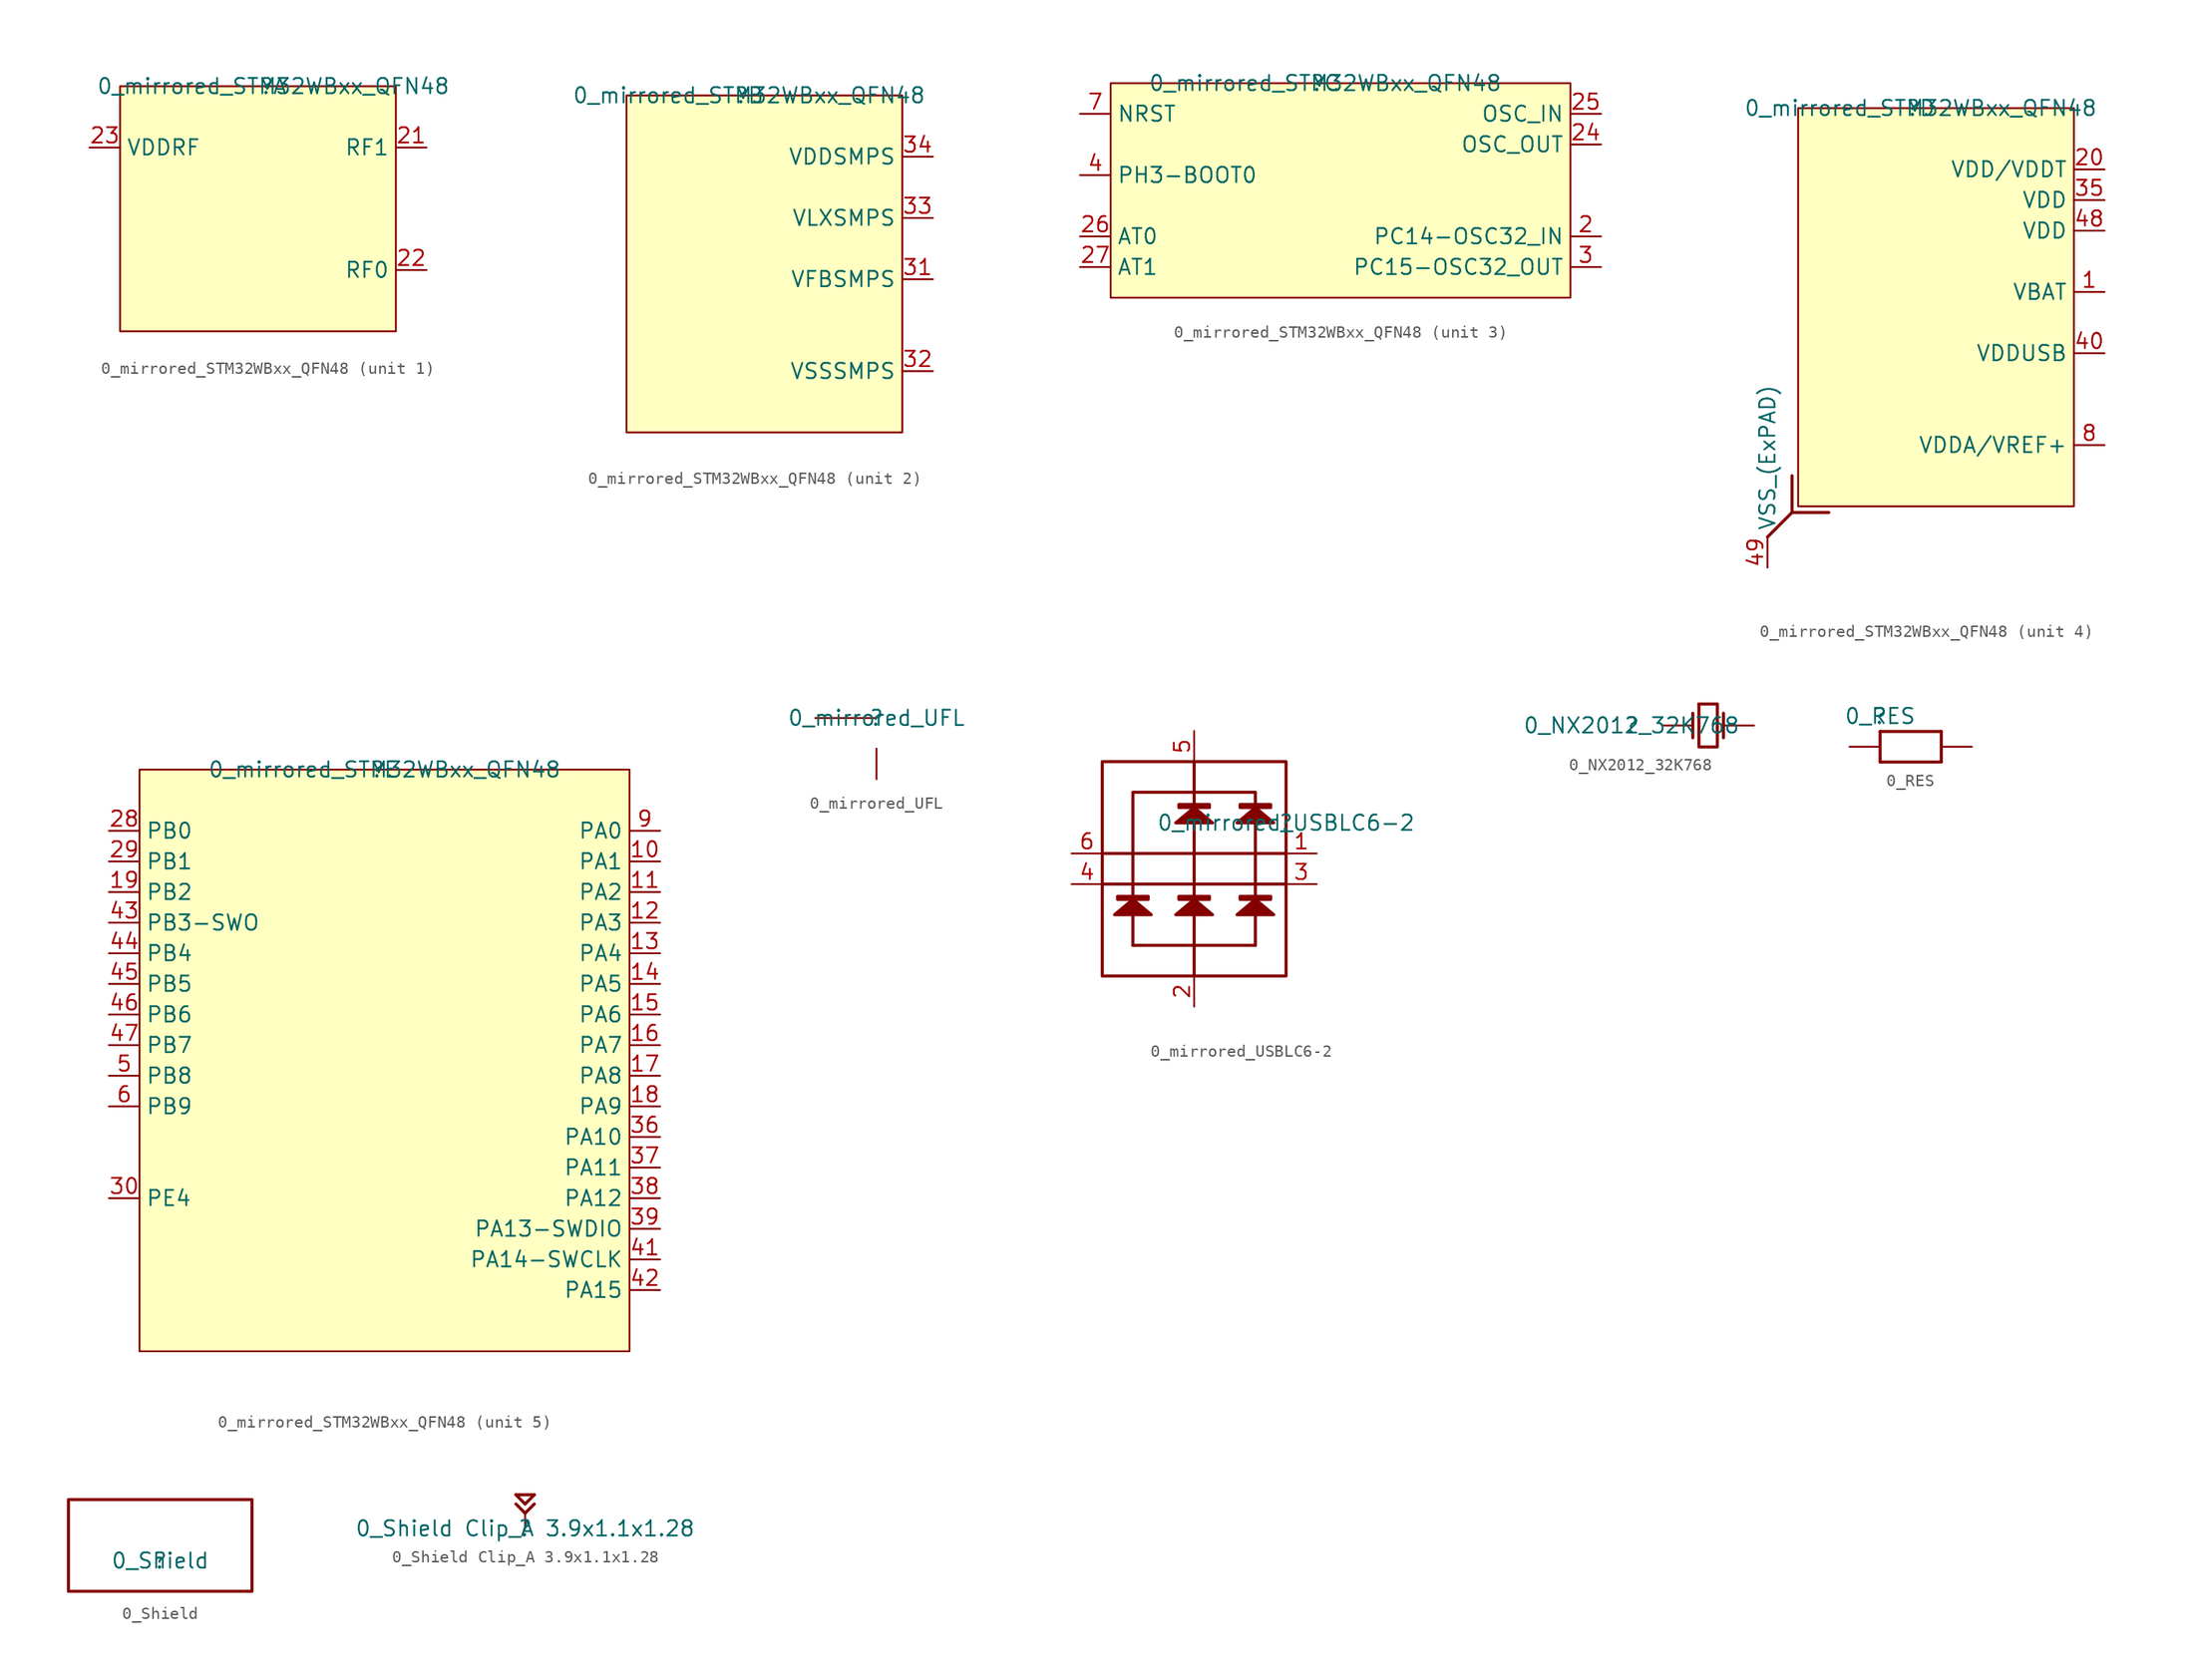
<source format=kicad_sym>
(kicad_symbol_lib
  (version 20211014)
  (generator kicad_symbol_editor)
  (symbol "0_mirrored_STM32WBxx_QFN48"
    (property "Reference" ""
      (at 0 0 0)
      (effects (font (size 1.27 1.27))))
    (property "Value" "0_mirrored_STM32WBxx_QFN48"
      (at 0 0 0)
      (effects (font (size 1.27 1.27))))
    (symbol "0_mirrored_STM32WBxx_QFN48_1_0"
      (rectangle (start 10.16 0) (end -12.7 -20.32) (stroke (width 0) (type default) (color 0 0 0 0)) (fill (type background)))
      (pin passive line (at 12.7 -5.08 180) (length 2.54) (name "RF1" (effects (font (size 1.27 1.27)))) (number "21" (effects (font (size 1.27 1.27)))))
      (pin passive line (at 12.7 -15.24 180) (length 2.54) (name "RF0" (effects (font (size 1.27 1.27)))) (number "22" (effects (font (size 1.27 1.27)))))
      (pin passive line (at -15.24 -5.08 0) (length 2.54) (name "VDDRF" (effects (font (size 1.27 1.27)))) (number "23" (effects (font (size 1.27 1.27))))))
    (symbol "0_mirrored_STM32WBxx_QFN48_2_0"
      (rectangle (start 12.7 0) (end -10.16 -27.94) (stroke (width 0) (type default) (color 0 0 0 0)) (fill (type background)))
      (pin passive line (at 15.24 -15.24 180) (length 2.54) (name "VFBSMPS" (effects (font (size 1.27 1.27)))) (number "31" (effects (font (size 1.27 1.27)))))
      (pin passive line (at 15.24 -22.86 180) (length 2.54) (name "VSSSMPS" (effects (font (size 1.27 1.27)))) (number "32" (effects (font (size 1.27 1.27)))))
      (pin passive line (at 15.24 -10.16 180) (length 2.54) (name "VLXSMPS" (effects (font (size 1.27 1.27)))) (number "33" (effects (font (size 1.27 1.27)))))
      (pin passive line (at 15.24 -5.08 180) (length 2.54) (name "VDDSMPS" (effects (font (size 1.27 1.27)))) (number "34" (effects (font (size 1.27 1.27))))))
    (symbol "0_mirrored_STM32WBxx_QFN48_3_0"
      (rectangle (start 20.32 0) (end -17.78 -17.78) (stroke (width 0) (type default) (color 0 0 0 0)) (fill (type background)))
      (pin passive line (at 22.86 -12.7 180) (length 2.54) (name "PC14-OSC32_IN" (effects (font (size 1.27 1.27)))) (number "2" (effects (font (size 1.27 1.27)))))
      (pin passive line (at 22.86 -5.08 180) (length 2.54) (name "OSC_OUT" (effects (font (size 1.27 1.27)))) (number "24" (effects (font (size 1.27 1.27)))))
      (pin passive line (at 22.86 -2.54 180) (length 2.54) (name "OSC_IN" (effects (font (size 1.27 1.27)))) (number "25" (effects (font (size 1.27 1.27)))))
      (pin passive line (at -20.32 -12.7 0) (length 2.54) (name "AT0" (effects (font (size 1.27 1.27)))) (number "26" (effects (font (size 1.27 1.27)))))
      (pin passive line (at -20.32 -15.24 0) (length 2.54) (name "AT1" (effects (font (size 1.27 1.27)))) (number "27" (effects (font (size 1.27 1.27)))))
      (pin passive line (at 22.86 -15.24 180) (length 2.54) (name "PC15-OSC32_OUT" (effects (font (size 1.27 1.27)))) (number "3" (effects (font (size 1.27 1.27)))))
      (pin passive line (at -20.32 -7.62 0) (length 2.54) (name "PH3-BOOT0" (effects (font (size 1.27 1.27)))) (number "4" (effects (font (size 1.27 1.27)))))
      (pin passive line (at -20.32 -2.54 0) (length 2.54) (name "NRST" (effects (font (size 1.27 1.27)))) (number "7" (effects (font (size 1.27 1.27))))))
    (symbol "0_mirrored_STM32WBxx_QFN48_4_0"
      (polyline (pts (xy -10.668 -33.528) (xy -12.7 -35.56)) (stroke (width 0.254) (type default) (color 0 0 0 0)) (fill (type none)))
      (polyline (pts (xy -10.668 -30.48) (xy -10.668 -33.528) (xy -7.62 -33.528)) (stroke (width 0.254) (type default) (color 0 0 0 0)) (fill (type none)))
      (rectangle (start 12.7 0) (end -10.16 -33.02) (stroke (width 0) (type default) (color 0 0 0 0)) (fill (type background)))
      (pin passive line (at 15.24 -15.24 180) (length 2.54) (name "VBAT" (effects (font (size 1.27 1.27)))) (number "1" (effects (font (size 1.27 1.27)))))
      (pin passive line (at 15.24 -5.08 180) (length 2.54) (name "VDD/VDDT" (effects (font (size 1.27 1.27)))) (number "20" (effects (font (size 1.27 1.27)))))
      (pin passive line (at 15.24 -7.62 180) (length 2.54) (name "VDD" (effects (font (size 1.27 1.27)))) (number "35" (effects (font (size 1.27 1.27)))))
      (pin passive line (at 15.24 -20.32 180) (length 2.54) (name "VDDUSB" (effects (font (size 1.27 1.27)))) (number "40" (effects (font (size 1.27 1.27)))))
      (pin passive line (at 15.24 -10.16 180) (length 2.54) (name "VDD" (effects (font (size 1.27 1.27)))) (number "48" (effects (font (size 1.27 1.27)))))
      (pin passive line (at -12.7 -38.1 90) (length 2.54) (name "VSS_(ExPAD)" (effects (font (size 1.27 1.27)))) (number "49" (effects (font (size 1.27 1.27)))))
      (pin passive line (at 15.24 -27.94 180) (length 2.54) (name "VDDA/VREF+" (effects (font (size 1.27 1.27)))) (number "8" (effects (font (size 1.27 1.27))))))
    (symbol "0_mirrored_STM32WBxx_QFN48_5_0"
      (rectangle (start 20.32 0) (end -20.32 -48.26) (stroke (width 0) (type default) (color 0 0 0 0)) (fill (type background)))
      (pin passive line (at 22.86 -7.62 180) (length 2.54) (name "PA1" (effects (font (size 1.27 1.27)))) (number "10" (effects (font (size 1.27 1.27)))))
      (pin passive line (at 22.86 -10.16 180) (length 2.54) (name "PA2" (effects (font (size 1.27 1.27)))) (number "11" (effects (font (size 1.27 1.27)))))
      (pin passive line (at 22.86 -12.7 180) (length 2.54) (name "PA3" (effects (font (size 1.27 1.27)))) (number "12" (effects (font (size 1.27 1.27)))))
      (pin passive line (at 22.86 -15.24 180) (length 2.54) (name "PA4" (effects (font (size 1.27 1.27)))) (number "13" (effects (font (size 1.27 1.27)))))
      (pin passive line (at 22.86 -17.78 180) (length 2.54) (name "PA5" (effects (font (size 1.27 1.27)))) (number "14" (effects (font (size 1.27 1.27)))))
      (pin passive line (at 22.86 -20.32 180) (length 2.54) (name "PA6" (effects (font (size 1.27 1.27)))) (number "15" (effects (font (size 1.27 1.27)))))
      (pin passive line (at 22.86 -22.86 180) (length 2.54) (name "PA7" (effects (font (size 1.27 1.27)))) (number "16" (effects (font (size 1.27 1.27)))))
      (pin passive line (at 22.86 -25.4 180) (length 2.54) (name "PA8" (effects (font (size 1.27 1.27)))) (number "17" (effects (font (size 1.27 1.27)))))
      (pin passive line (at 22.86 -27.94 180) (length 2.54) (name "PA9" (effects (font (size 1.27 1.27)))) (number "18" (effects (font (size 1.27 1.27)))))
      (pin passive line (at -22.86 -10.16 0) (length 2.54) (name "PB2" (effects (font (size 1.27 1.27)))) (number "19" (effects (font (size 1.27 1.27)))))
      (pin passive line (at -22.86 -5.08 0) (length 2.54) (name "PB0" (effects (font (size 1.27 1.27)))) (number "28" (effects (font (size 1.27 1.27)))))
      (pin passive line (at -22.86 -7.62 0) (length 2.54) (name "PB1" (effects (font (size 1.27 1.27)))) (number "29" (effects (font (size 1.27 1.27)))))
      (pin passive line (at -22.86 -35.56 0) (length 2.54) (name "PE4" (effects (font (size 1.27 1.27)))) (number "30" (effects (font (size 1.27 1.27)))))
      (pin passive line (at 22.86 -30.48 180) (length 2.54) (name "PA10" (effects (font (size 1.27 1.27)))) (number "36" (effects (font (size 1.27 1.27)))))
      (pin passive line (at 22.86 -33.02 180) (length 2.54) (name "PA11" (effects (font (size 1.27 1.27)))) (number "37" (effects (font (size 1.27 1.27)))))
      (pin passive line (at 22.86 -35.56 180) (length 2.54) (name "PA12" (effects (font (size 1.27 1.27)))) (number "38" (effects (font (size 1.27 1.27)))))
      (pin passive line (at 22.86 -38.1 180) (length 2.54) (name "PA13-SWDIO" (effects (font (size 1.27 1.27)))) (number "39" (effects (font (size 1.27 1.27)))))
      (pin passive line (at 22.86 -40.64 180) (length 2.54) (name "PA14-SWCLK" (effects (font (size 1.27 1.27)))) (number "41" (effects (font (size 1.27 1.27)))))
      (pin passive line (at 22.86 -43.18 180) (length 2.54) (name "PA15" (effects (font (size 1.27 1.27)))) (number "42" (effects (font (size 1.27 1.27)))))
      (pin passive line (at -22.86 -12.7 0) (length 2.54) (name "PB3-SWO" (effects (font (size 1.27 1.27)))) (number "43" (effects (font (size 1.27 1.27)))))
      (pin passive line (at -22.86 -15.24 0) (length 2.54) (name "PB4" (effects (font (size 1.27 1.27)))) (number "44" (effects (font (size 1.27 1.27)))))
      (pin passive line (at -22.86 -17.78 0) (length 2.54) (name "PB5" (effects (font (size 1.27 1.27)))) (number "45" (effects (font (size 1.27 1.27)))))
      (pin passive line (at -22.86 -20.32 0) (length 2.54) (name "PB6" (effects (font (size 1.27 1.27)))) (number "46" (effects (font (size 1.27 1.27)))))
      (pin passive line (at -22.86 -22.86 0) (length 2.54) (name "PB7" (effects (font (size 1.27 1.27)))) (number "47" (effects (font (size 1.27 1.27)))))
      (pin passive line (at -22.86 -25.4 0) (length 2.54) (name "PB8" (effects (font (size 1.27 1.27)))) (number "5" (effects (font (size 1.27 1.27)))))
      (pin passive line (at -22.86 -27.94 0) (length 2.54) (name "PB9" (effects (font (size 1.27 1.27)))) (number "6" (effects (font (size 1.27 1.27)))))
      (pin passive line (at 22.86 -5.08 180) (length 2.54) (name "PA0" (effects (font (size 1.27 1.27)))) (number "9" (effects (font (size 1.27 1.27)))))))
  (symbol "0_mirrored_UFL"
    (property "Reference" ""
      (at 0 0 0)
      (effects (font (size 1.27 1.27))))
    (property "Value" "0_mirrored_UFL"
      (at 0 0 0)
      (effects (font (size 1.27 1.27))))
    (symbol "0_mirrored_UFL_1_0"
      (pin passive line (at -5.08 0 0) (length 5.08) (name "X" (effects (font (size 0 0)))) (number "1" (effects (font (size 0 0)))))
      (pin passive line (at 0 -5.08 90) (length 2.54) (name "Y" (effects (font (size 0 0)))) (number "2" (effects (font (size 0 0)))))))
  (symbol "0_mirrored_USBLC6-2"
    (property "Reference" ""
      (at 0 0 0)
      (effects (font (size 1.27 1.27))))
    (property "Value" "0_mirrored_USBLC6-2"
      (at 0 0 0)
      (effects (font (size 1.27 1.27))))
    (symbol "0_mirrored_USBLC6-2_1_0"
      (polyline (pts (xy -7.62 -12.7) (xy -7.62 5.08)) (stroke (width 0.254) (type default) (color 0 0 0 0)) (fill (type none)))
      (polyline (pts (xy -2.54 -10.16) (xy -12.7 -10.16)) (stroke (width 0.254) (type default) (color 0 0 0 0)) (fill (type none)))
      (polyline (pts (xy 0 -5.08) (xy -15.24 -5.08)) (stroke (width 0.254) (type default) (color 0 0 0 0)) (fill (type none)))
      (polyline (pts (xy 0 -2.54) (xy -15.24 -2.54)) (stroke (width 0.254) (type default) (color 0 0 0 0)) (fill (type none)))
      (polyline (pts (xy -11.176 -7.62) (xy -12.7 -6.35) (xy -14.224 -7.62) (xy -11.176 -7.62)) (stroke (width 0.254) (type default) (color 0 0 0 0)) (fill (type outline)))
      (polyline (pts (xy -6.096 -7.62) (xy -7.62 -6.35) (xy -9.144 -7.62) (xy -6.096 -7.62)) (stroke (width 0.254) (type default) (color 0 0 0 0)) (fill (type outline)))
      (polyline (pts (xy -6.096 0) (xy -7.62 1.27) (xy -9.144 0) (xy -6.096 0)) (stroke (width 0.254) (type default) (color 0 0 0 0)) (fill (type outline)))
      (polyline (pts (xy -2.54 -10.16) (xy -2.54 2.54) (xy -12.7 2.54) (xy -12.7 -10.16)) (stroke (width 0.254) (type default) (color 0 0 0 0)) (fill (type none)))
      (polyline (pts (xy -1.016 -7.62) (xy -2.54 -6.35) (xy -4.064 -7.62) (xy -1.016 -7.62)) (stroke (width 0.254) (type default) (color 0 0 0 0)) (fill (type outline)))
      (polyline (pts (xy -1.016 0) (xy -2.54 1.27) (xy -4.064 0) (xy -1.016 0)) (stroke (width 0.254) (type default) (color 0 0 0 0)) (fill (type outline)))
      (polyline (pts (xy -11.43 -6.35) (xy -11.43 -6.096) (xy -13.97 -6.096) (xy -13.97 -6.35) (xy -11.43 -6.35)) (stroke (width 0.254) (type default) (color 0 0 0 0)) (fill (type outline)))
      (polyline (pts (xy -6.35 -6.35) (xy -6.35 -6.096) (xy -8.89 -6.096) (xy -8.89 -6.35) (xy -6.35 -6.35)) (stroke (width 0.254) (type default) (color 0 0 0 0)) (fill (type outline)))
      (polyline (pts (xy -6.35 1.27) (xy -6.35 1.524) (xy -8.89 1.524) (xy -8.89 1.27) (xy -6.35 1.27)) (stroke (width 0.254) (type default) (color 0 0 0 0)) (fill (type outline)))
      (polyline (pts (xy -1.27 -6.35) (xy -1.27 -6.096) (xy -3.81 -6.096) (xy -3.81 -6.35) (xy -1.27 -6.35)) (stroke (width 0.254) (type default) (color 0 0 0 0)) (fill (type outline)))
      (polyline (pts (xy -1.27 1.27) (xy -1.27 1.524) (xy -3.81 1.524) (xy -3.81 1.27) (xy -1.27 1.27)) (stroke (width 0.254) (type default) (color 0 0 0 0)) (fill (type outline)))
      (polyline (pts (xy 0 5.08) (xy -15.24 5.08) (xy -15.24 -12.7) (xy 0 -12.7) (xy 0 5.08)) (stroke (width 0.254) (type default) (color 0 0 0 0)) (fill (type none)))
      (pin passive line (at 2.54 -2.54 180) (length 2.54) (name "1" (effects (font (size 0 0)))) (number "1" (effects (font (size 1.27 1.27)))))
      (pin passive line (at -7.62 -15.24 90) (length 2.54) (name "2" (effects (font (size 0 0)))) (number "2" (effects (font (size 1.27 1.27)))))
      (pin passive line (at 2.54 -5.08 180) (length 2.54) (name "3" (effects (font (size 0 0)))) (number "3" (effects (font (size 1.27 1.27)))))
      (pin passive line (at -17.78 -5.08 0) (length 2.54) (name "4" (effects (font (size 0 0)))) (number "4" (effects (font (size 1.27 1.27)))))
      (pin passive line (at -7.62 7.62 270) (length 2.54) (name "5" (effects (font (size 0 0)))) (number "5" (effects (font (size 1.27 1.27)))))
      (pin passive line (at -17.78 -2.54 0) (length 2.54) (name "6" (effects (font (size 0 0)))) (number "6" (effects (font (size 1.27 1.27)))))))
  (symbol "0_NX2012_32K768"
    (property "Reference" ""
      (at 0 0 0)
      (effects (font (size 1.27 1.27))))
    (property "Value" "0_NX2012_32K768"
      (at 0 0 0)
      (effects (font (size 1.27 1.27))))
    (symbol "0_NX2012_32K768_1_0"
      (polyline (pts (xy 5.08 1.016) (xy 5.08 -1.016)) (stroke (width 0.254) (type default) (color 0 0 0 0)) (fill (type none)))
      (polyline (pts (xy 5.588 1.778) (xy 7.112 1.778)) (stroke (width 0.254) (type default) (color 0 0 0 0)) (fill (type none)))
      (polyline (pts (xy 7.62 1.016) (xy 7.62 -1.016)) (stroke (width 0.254) (type default) (color 0 0 0 0)) (fill (type none)))
      (polyline (pts (xy 7.112 1.778) (xy 7.112 -1.778) (xy 5.588 -1.778) (xy 5.588 1.778)) (stroke (width 0.254) (type default) (color 0 0 0 0)) (fill (type none)))
      (pin passive line (at 2.54 0 0) (length 2.54) (name "OSC1" (effects (font (size 0 0)))) (number "1" (effects (font (size 0 0)))))
      (pin passive line (at 10.16 0 180) (length 2.54) (name "OSC2" (effects (font (size 0 0)))) (number "2" (effects (font (size 0 0)))))))
  (symbol "0_RES"
    (property "Reference" ""
      (at 0 0 0)
      (effects (font (size 1.27 1.27))))
    (property "Value" "0_RES"
      (at 0 0 0)
      (effects (font (size 1.27 1.27))))
    (symbol "0_RES_1_0"
      (polyline (pts (xy 0 -3.81) (xy 5.08 -3.81)) (stroke (width 0.254) (type default) (color 0 0 0 0)) (fill (type none)))
      (polyline (pts (xy 0 -1.27) (xy 0 -3.81)) (stroke (width 0.254) (type default) (color 0 0 0 0)) (fill (type none)))
      (polyline (pts (xy 0 -1.27) (xy 5.08 -1.27)) (stroke (width 0.254) (type default) (color 0 0 0 0)) (fill (type none)))
      (polyline (pts (xy 5.08 -1.27) (xy 5.08 -3.81)) (stroke (width 0.254) (type default) (color 0 0 0 0)) (fill (type none)))
      (pin passive line (at -2.54 -2.54 0) (length 2.54) (name "1" (effects (font (size 0 0)))) (number "1" (effects (font (size 0 0)))))
      (pin passive line (at 7.62 -2.54 180) (length 2.54) (name "2" (effects (font (size 0 0)))) (number "2" (effects (font (size 0 0)))))))
  (symbol "0_Shield"
    (property "Reference" ""
      (at 0 0 0)
      (effects (font (size 1.27 1.27))))
    (property "Value" "0_Shield"
      (at 0 0 0)
      (effects (font (size 1.27 1.27))))
    (symbol "0_Shield_1_0"
      (polyline (pts (xy -7.62 5.08) (xy 7.62 5.08) (xy 7.62 -2.54) (xy -7.62 -2.54) (xy -7.62 5.08)) (stroke (width 0.254) (type default) (color 0 0 0 0)) (fill (type none)))))
  (symbol "0_Shield Clip_A 3.9x1.1x1.28"
    (property "Reference" ""
      (at 0 0 0)
      (effects (font (size 1.27 1.27))))
    (property "Value" "0_Shield Clip_A 3.9x1.1x1.28"
      (at 0 0 0)
      (effects (font (size 1.27 1.27))))
    (symbol "0_Shield Clip_A 3.9x1.1x1.28_1_0"
      (polyline (pts (xy 0 1.27) (xy -0.762 2.032)) (stroke (width 0.254) (type default) (color 0 0 0 0)) (fill (type none)))
      (polyline (pts (xy 0 1.27) (xy 0.762 2.032)) (stroke (width 0.254) (type default) (color 0 0 0 0)) (fill (type none)))
      (polyline (pts (xy 0 2.032) (xy -0.762 2.794)) (stroke (width 0.254) (type default) (color 0 0 0 0)) (fill (type none)))
      (polyline (pts (xy 0 2.032) (xy 0.762 2.794)) (stroke (width 0.254) (type default) (color 0 0 0 0)) (fill (type none)))
      (polyline (pts (xy 0.762 2.794) (xy -0.762 2.794)) (stroke (width 0.254) (type default) (color 0 0 0 0)) (fill (type none)))
      (pin passive line (at 0 0 90) (length 1.27) (name "1" (effects (font (size 0 0)))) (number "1" (effects (font (size 0 0))))))))
</source>
